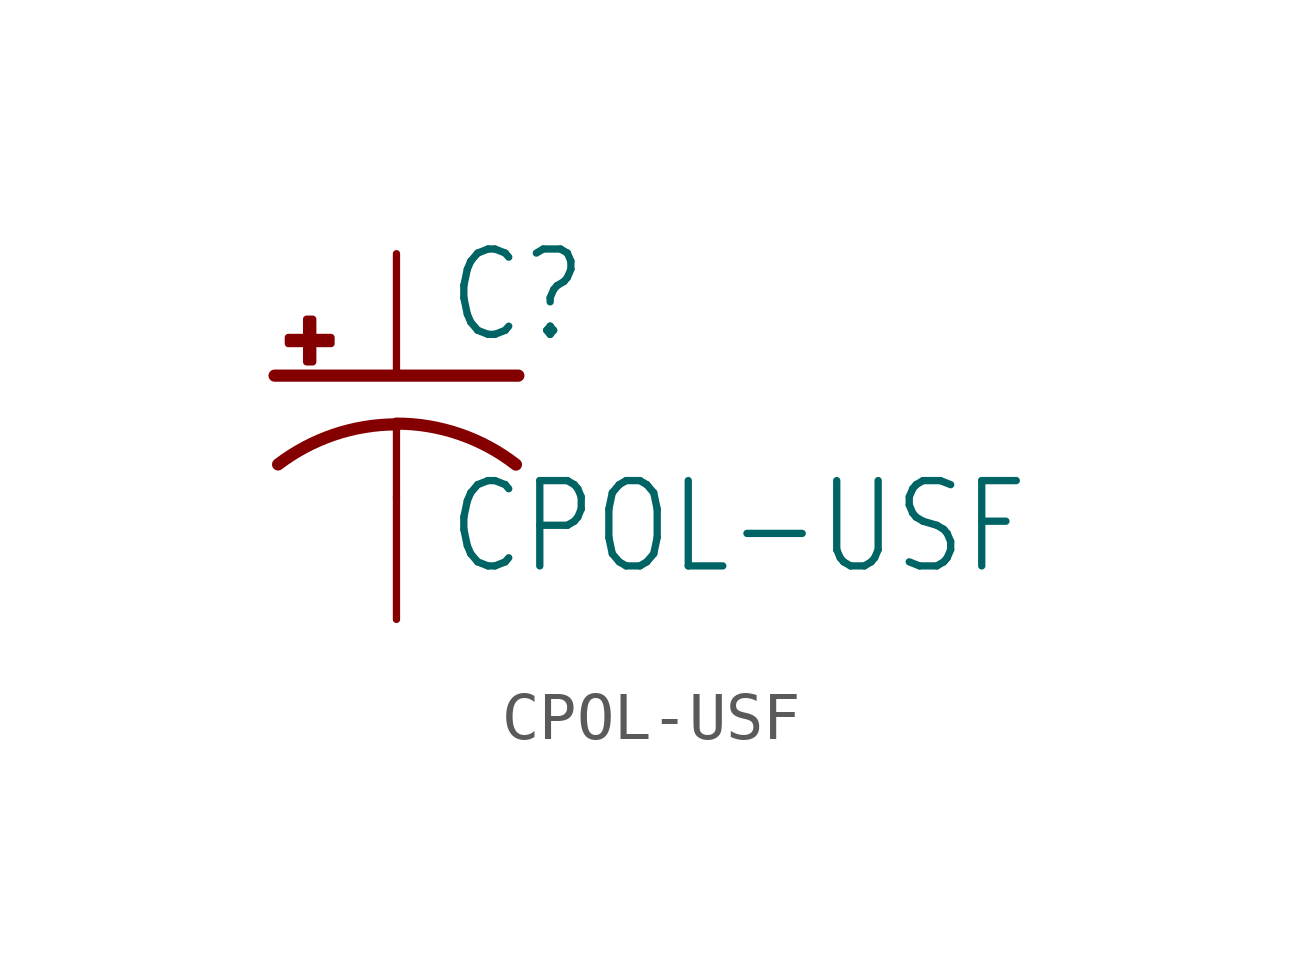
<source format=kicad_sym>
(kicad_symbol_lib
  (version 20220914)
  (generator kicad_symbol_editor)
  (symbol "CPOL-USF"
    (property "Reference" "C"
      (at 1.016 0.635 0)
      (effects (font (size 1.778 1.511)) (justify left bottom)))
    (property "Value" "CPOL-USF"
      (at 1.016 -4.191 0)
      (effects (font (size 1.778 1.511)) (justify left bottom)))
    (property "ki_locked" ""
      (at 0 0 0)
      (effects (font (size 1.27 1.27))))
    (symbol "CPOL-USF_1_0"
      (rectangle (start -2.253 0.668) (end -1.364 0.795) (stroke (width 0) (type default)) (fill (type outline)))
      (rectangle (start -1.872 0.287) (end -1.745 1.176) (stroke (width 0) (type default)) (fill (type outline)))
      (arc (start 0 -1.0161) (mid -1.3021 -1.2302) (end -2.4669 -1.8504) (stroke (width 0.254) (type default)) (fill (type none)))
      (polyline (pts (xy -2.54 0) (xy 2.54 0)) (stroke (width 0.254) (type default)) (fill (type none)))
      (polyline (pts (xy 0 -1.016) (xy 0 -2.54)) (stroke (width 0.152) (type default)) (fill (type none)))
      (arc (start 2.4892 -1.8542) (mid 1.3158 -1.2195) (end 0 -1) (stroke (width 0.254) (type default)) (fill (type none)))
      (pin passive line (at 0 2.54 270) (length 2.54) (name "+" (effects (font (size 0 0)))) (number "+" (effects (font (size 0 0)))))
      (pin passive line (at 0 -5.08 90) (length 2.54) (name "-" (effects (font (size 0 0)))) (number "-" (effects (font (size 0 0))))))))
</source>
